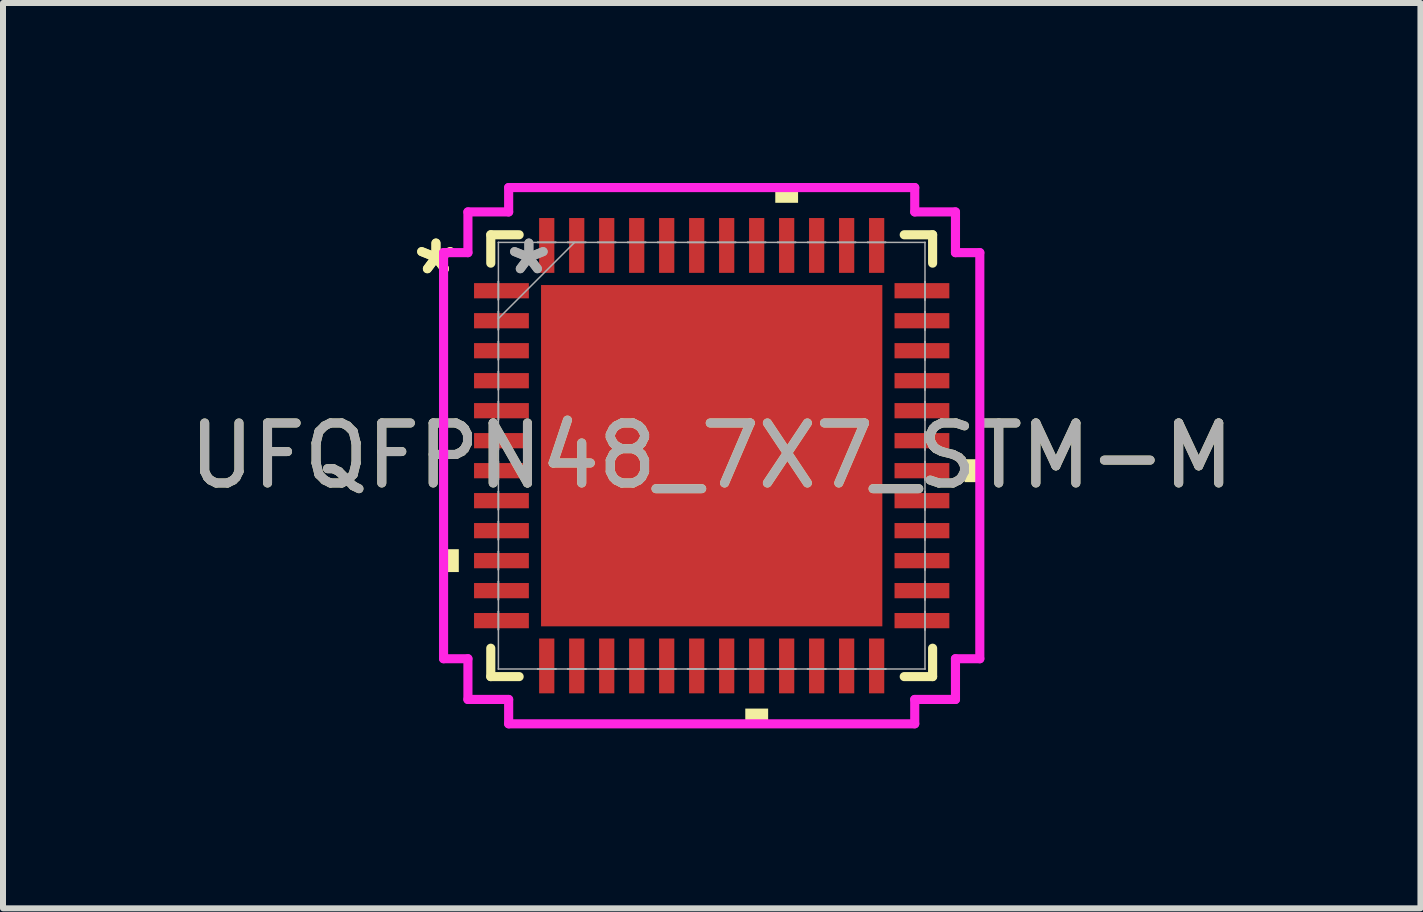
<source format=kicad_pcb>
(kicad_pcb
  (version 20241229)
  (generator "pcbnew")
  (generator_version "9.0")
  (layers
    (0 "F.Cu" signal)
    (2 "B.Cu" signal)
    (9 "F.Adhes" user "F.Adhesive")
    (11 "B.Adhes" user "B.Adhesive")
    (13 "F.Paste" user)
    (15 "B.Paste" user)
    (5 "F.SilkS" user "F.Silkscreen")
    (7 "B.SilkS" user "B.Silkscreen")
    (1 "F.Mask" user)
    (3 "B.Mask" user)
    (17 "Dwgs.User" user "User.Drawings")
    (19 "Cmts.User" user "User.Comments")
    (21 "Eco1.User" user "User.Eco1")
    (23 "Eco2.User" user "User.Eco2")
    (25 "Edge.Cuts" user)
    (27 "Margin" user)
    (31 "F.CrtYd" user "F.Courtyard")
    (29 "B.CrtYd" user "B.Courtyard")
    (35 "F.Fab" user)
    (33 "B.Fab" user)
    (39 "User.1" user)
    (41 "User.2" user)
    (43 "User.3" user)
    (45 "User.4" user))
  (footprint "UFQFPN48_7X7_STM-M"
    (layer "F.Cu")
    (at 8.815 4.547)
    (property "Reference" "UFQFPN48_7X7_STM-M" (at 0 0 0) (unlocked yes) (layer "F.SilkS") (effects (font (size 1 1) (thickness 0.15))))
    (attr smd)
    (fp_line (start -3.683 -3.683) (end -3.683 -3.21) (stroke (width 0.152) (type solid)) (layer "F.SilkS"))
    (fp_line (start -3.683 3.21) (end -3.683 3.683) (stroke (width 0.152) (type solid)) (layer "F.SilkS"))
    (fp_line (start -3.683 3.683) (end -3.21 3.683) (stroke (width 0.152) (type solid)) (layer "F.SilkS"))
    (fp_line (start -3.21 -3.683) (end -3.683 -3.683) (stroke (width 0.152) (type solid)) (layer "F.SilkS"))
    (fp_line (start 3.21 3.683) (end 3.683 3.683) (stroke (width 0.152) (type solid)) (layer "F.SilkS"))
    (fp_line (start 3.683 -3.683) (end 3.21 -3.683) (stroke (width 0.152) (type solid)) (layer "F.SilkS"))
    (fp_line (start 3.683 -3.21) (end 3.683 -3.683) (stroke (width 0.152) (type solid)) (layer "F.SilkS"))
    (fp_line (start 3.683 3.683) (end 3.683 3.21) (stroke (width 0.152) (type solid)) (layer "F.SilkS"))
    (fp_poly (pts (xy -4.47 1.559) (xy -4.47 1.94) (xy -4.216 1.94) (xy -4.216 1.559)) (stroke (width 0) (type solid)) (fill yes) (layer "F.SilkS"))
    (fp_poly (pts (xy 0.56 4.216) (xy 0.56 4.47) (xy 0.941 4.47) (xy 0.941 4.216)) (stroke (width 0) (type solid)) (fill yes) (layer "F.SilkS"))
    (fp_poly (pts (xy 1.06 -4.216) (xy 1.06 -4.47) (xy 1.44 -4.47) (xy 1.44 -4.216)) (stroke (width 0) (type solid)) (fill yes) (layer "F.SilkS"))
    (fp_poly (pts (xy 4.47 0.059) (xy 4.47 0.441) (xy 4.216 0.441) (xy 4.216 0.059)) (stroke (width 0) (type solid)) (fill yes) (layer "F.SilkS"))
    (fp_poly (pts (xy -2.745 -2.745) (xy -2.745 -1.522) (xy -1.522 -1.522) (xy -1.522 -2.745)) (stroke (width 0) (type solid)) (fill yes) (layer "F.Paste"))
    (fp_poly (pts (xy -2.745 -1.322) (xy -2.745 -0.1) (xy -1.522 -0.1) (xy -1.522 -1.322)) (stroke (width 0) (type solid)) (fill yes) (layer "F.Paste"))
    (fp_poly (pts (xy -2.745 0.1) (xy -2.745 1.322) (xy -1.522 1.322) (xy -1.522 0.1)) (stroke (width 0) (type solid)) (fill yes) (layer "F.Paste"))
    (fp_poly (pts (xy -2.745 1.522) (xy -2.745 2.745) (xy -1.522 2.745) (xy -1.522 1.522)) (stroke (width 0) (type solid)) (fill yes) (layer "F.Paste"))
    (fp_poly (pts (xy -1.322 -2.745) (xy -1.322 -1.522) (xy -0.1 -1.522) (xy -0.1 -2.745)) (stroke (width 0) (type solid)) (fill yes) (layer "F.Paste"))
    (fp_poly (pts (xy -1.322 -1.322) (xy -1.322 -0.1) (xy -0.1 -0.1) (xy -0.1 -1.322)) (stroke (width 0) (type solid)) (fill yes) (layer "F.Paste"))
    (fp_poly (pts (xy -1.322 0.1) (xy -1.322 1.322) (xy -0.1 1.322) (xy -0.1 0.1)) (stroke (width 0) (type solid)) (fill yes) (layer "F.Paste"))
    (fp_poly (pts (xy -1.322 1.522) (xy -1.322 2.745) (xy -0.1 2.745) (xy -0.1 1.522)) (stroke (width 0) (type solid)) (fill yes) (layer "F.Paste"))
    (fp_poly (pts (xy 0.1 -2.745) (xy 0.1 -1.522) (xy 1.322 -1.522) (xy 1.322 -2.745)) (stroke (width 0) (type solid)) (fill yes) (layer "F.Paste"))
    (fp_poly (pts (xy 0.1 -1.322) (xy 0.1 -0.1) (xy 1.322 -0.1) (xy 1.322 -1.322)) (stroke (width 0) (type solid)) (fill yes) (layer "F.Paste"))
    (fp_poly (pts (xy 0.1 0.1) (xy 0.1 1.322) (xy 1.322 1.322) (xy 1.322 0.1)) (stroke (width 0) (type solid)) (fill yes) (layer "F.Paste"))
    (fp_poly (pts (xy 0.1 1.522) (xy 0.1 2.745) (xy 1.322 2.745) (xy 1.322 1.522)) (stroke (width 0) (type solid)) (fill yes) (layer "F.Paste"))
    (fp_poly (pts (xy 1.522 -2.745) (xy 1.522 -1.522) (xy 2.745 -1.522) (xy 2.745 -2.745)) (stroke (width 0) (type solid)) (fill yes) (layer "F.Paste"))
    (fp_poly (pts (xy 1.522 -1.322) (xy 1.522 -0.1) (xy 2.745 -0.1) (xy 2.745 -1.322)) (stroke (width 0) (type solid)) (fill yes) (layer "F.Paste"))
    (fp_poly (pts (xy 1.522 0.1) (xy 1.522 1.322) (xy 2.745 1.322) (xy 2.745 0.1)) (stroke (width 0) (type solid)) (fill yes) (layer "F.Paste"))
    (fp_poly (pts (xy 1.522 1.522) (xy 1.522 2.745) (xy 2.745 2.745) (xy 2.745 1.522)) (stroke (width 0) (type solid)) (fill yes) (layer "F.Paste"))
    (fp_line (start -4.47 -3.385) (end -4.064 -3.385) (stroke (width 0.152) (type solid)) (layer "F.CrtYd"))
    (fp_line (start -4.47 3.385) (end -4.47 -3.385) (stroke (width 0.152) (type solid)) (layer "F.CrtYd"))
    (fp_line (start -4.064 -4.064) (end -3.385 -4.064) (stroke (width 0.152) (type solid)) (layer "F.CrtYd"))
    (fp_line (start -4.064 -3.385) (end -4.064 -4.064) (stroke (width 0.152) (type solid)) (layer "F.CrtYd"))
    (fp_line (start -4.064 3.385) (end -4.47 3.385) (stroke (width 0.152) (type solid)) (layer "F.CrtYd"))
    (fp_line (start -4.064 4.064) (end -4.064 3.385) (stroke (width 0.152) (type solid)) (layer "F.CrtYd"))
    (fp_line (start -3.385 -4.47) (end 3.385 -4.47) (stroke (width 0.152) (type solid)) (layer "F.CrtYd"))
    (fp_line (start -3.385 -4.064) (end -3.385 -4.47) (stroke (width 0.152) (type solid)) (layer "F.CrtYd"))
    (fp_line (start -3.385 4.064) (end -4.064 4.064) (stroke (width 0.152) (type solid)) (layer "F.CrtYd"))
    (fp_line (start -3.385 4.47) (end -3.385 4.064) (stroke (width 0.152) (type solid)) (layer "F.CrtYd"))
    (fp_line (start 3.385 -4.47) (end 3.385 -4.064) (stroke (width 0.152) (type solid)) (layer "F.CrtYd"))
    (fp_line (start 3.385 -4.064) (end 4.064 -4.064) (stroke (width 0.152) (type solid)) (layer "F.CrtYd"))
    (fp_line (start 3.385 4.064) (end 3.385 4.47) (stroke (width 0.152) (type solid)) (layer "F.CrtYd"))
    (fp_line (start 3.385 4.47) (end -3.385 4.47) (stroke (width 0.152) (type solid)) (layer "F.CrtYd"))
    (fp_line (start 4.064 -4.064) (end 4.064 -3.385) (stroke (width 0.152) (type solid)) (layer "F.CrtYd"))
    (fp_line (start 4.064 -3.385) (end 4.47 -3.385) (stroke (width 0.152) (type solid)) (layer "F.CrtYd"))
    (fp_line (start 4.064 3.385) (end 4.064 4.064) (stroke (width 0.152) (type solid)) (layer "F.CrtYd"))
    (fp_line (start 4.064 4.064) (end 3.385 4.064) (stroke (width 0.152) (type solid)) (layer "F.CrtYd"))
    (fp_line (start 4.47 -3.385) (end 4.47 3.385) (stroke (width 0.152) (type solid)) (layer "F.CrtYd"))
    (fp_line (start 4.47 3.385) (end 4.064 3.385) (stroke (width 0.152) (type solid)) (layer "F.CrtYd"))
    (fp_line (start -3.556 -3.556) (end -3.556 -3.556) (stroke (width 0.025) (type solid)) (layer "F.Fab"))
    (fp_line (start -3.556 -3.556) (end -3.556 3.556) (stroke (width 0.025) (type solid)) (layer "F.Fab"))
    (fp_line (start -3.556 -2.902) (end -3.556 -2.902) (stroke (width 0.025) (type solid)) (layer "F.Fab"))
    (fp_line (start -3.556 -2.902) (end -3.556 -2.598) (stroke (width 0.025) (type solid)) (layer "F.Fab"))
    (fp_line (start -3.556 -2.598) (end -3.556 -2.902) (stroke (width 0.025) (type solid)) (layer "F.Fab"))
    (fp_line (start -3.556 -2.598) (end -3.556 -2.598) (stroke (width 0.025) (type solid)) (layer "F.Fab"))
    (fp_line (start -3.556 -2.402) (end -3.556 -2.402) (stroke (width 0.025) (type solid)) (layer "F.Fab"))
    (fp_line (start -3.556 -2.402) (end -3.556 -2.098) (stroke (width 0.025) (type solid)) (layer "F.Fab"))
    (fp_line (start -3.556 -2.286) (end -2.286 -3.556) (stroke (width 0.025) (type solid)) (layer "F.Fab"))
    (fp_line (start -3.556 -2.098) (end -3.556 -2.402) (stroke (width 0.025) (type solid)) (layer "F.Fab"))
    (fp_line (start -3.556 -2.098) (end -3.556 -2.098) (stroke (width 0.025) (type solid)) (layer "F.Fab"))
    (fp_line (start -3.556 -1.902) (end -3.556 -1.902) (stroke (width 0.025) (type solid)) (layer "F.Fab"))
    (fp_line (start -3.556 -1.902) (end -3.556 -1.598) (stroke (width 0.025) (type solid)) (layer "F.Fab"))
    (fp_line (start -3.556 -1.598) (end -3.556 -1.902) (stroke (width 0.025) (type solid)) (layer "F.Fab"))
    (fp_line (start -3.556 -1.598) (end -3.556 -1.598) (stroke (width 0.025) (type solid)) (layer "F.Fab"))
    (fp_line (start -3.556 -1.402) (end -3.556 -1.402) (stroke (width 0.025) (type solid)) (layer "F.Fab"))
    (fp_line (start -3.556 -1.402) (end -3.556 -1.098) (stroke (width 0.025) (type solid)) (layer "F.Fab"))
    (fp_line (start -3.556 -1.098) (end -3.556 -1.402) (stroke (width 0.025) (type solid)) (layer "F.Fab"))
    (fp_line (start -3.556 -1.098) (end -3.556 -1.098) (stroke (width 0.025) (type solid)) (layer "F.Fab"))
    (fp_line (start -3.556 -0.902) (end -3.556 -0.902) (stroke (width 0.025) (type solid)) (layer "F.Fab"))
    (fp_line (start -3.556 -0.902) (end -3.556 -0.598) (stroke (width 0.025) (type solid)) (layer "F.Fab"))
    (fp_line (start -3.556 -0.598) (end -3.556 -0.902) (stroke (width 0.025) (type solid)) (layer "F.Fab"))
    (fp_line (start -3.556 -0.598) (end -3.556 -0.598) (stroke (width 0.025) (type solid)) (layer "F.Fab"))
    (fp_line (start -3.556 -0.402) (end -3.556 -0.402) (stroke (width 0.025) (type solid)) (layer "F.Fab"))
    (fp_line (start -3.556 -0.402) (end -3.556 -0.098) (stroke (width 0.025) (type solid)) (layer "F.Fab"))
    (fp_line (start -3.556 -0.098) (end -3.556 -0.402) (stroke (width 0.025) (type solid)) (layer "F.Fab"))
    (fp_line (start -3.556 -0.098) (end -3.556 -0.098) (stroke (width 0.025) (type solid)) (layer "F.Fab"))
    (fp_line (start -3.556 0.098) (end -3.556 0.098) (stroke (width 0.025) (type solid)) (layer "F.Fab"))
    (fp_line (start -3.556 0.098) (end -3.556 0.402) (stroke (width 0.025) (type solid)) (layer "F.Fab"))
    (fp_line (start -3.556 0.402) (end -3.556 0.098) (stroke (width 0.025) (type solid)) (layer "F.Fab"))
    (fp_line (start -3.556 0.402) (end -3.556 0.402) (stroke (width 0.025) (type solid)) (layer "F.Fab"))
    (fp_line (start -3.556 0.598) (end -3.556 0.598) (stroke (width 0.025) (type solid)) (layer "F.Fab"))
    (fp_line (start -3.556 0.598) (end -3.556 0.902) (stroke (width 0.025) (type solid)) (layer "F.Fab"))
    (fp_line (start -3.556 0.902) (end -3.556 0.598) (stroke (width 0.025) (type solid)) (layer "F.Fab"))
    (fp_line (start -3.556 0.902) (end -3.556 0.902) (stroke (width 0.025) (type solid)) (layer "F.Fab"))
    (fp_line (start -3.556 1.098) (end -3.556 1.098) (stroke (width 0.025) (type solid)) (layer "F.Fab"))
    (fp_line (start -3.556 1.098) (end -3.556 1.402) (stroke (width 0.025) (type solid)) (layer "F.Fab"))
    (fp_line (start -3.556 1.402) (end -3.556 1.098) (stroke (width 0.025) (type solid)) (layer "F.Fab"))
    (fp_line (start -3.556 1.402) (end -3.556 1.402) (stroke (width 0.025) (type solid)) (layer "F.Fab"))
    (fp_line (start -3.556 1.598) (end -3.556 1.598) (stroke (width 0.025) (type solid)) (layer "F.Fab"))
    (fp_line (start -3.556 1.598) (end -3.556 1.902) (stroke (width 0.025) (type solid)) (layer "F.Fab"))
    (fp_line (start -3.556 1.902) (end -3.556 1.598) (stroke (width 0.025) (type solid)) (layer "F.Fab"))
    (fp_line (start -3.556 1.902) (end -3.556 1.902) (stroke (width 0.025) (type solid)) (layer "F.Fab"))
    (fp_line (start -3.556 2.098) (end -3.556 2.098) (stroke (width 0.025) (type solid)) (layer "F.Fab"))
    (fp_line (start -3.556 2.098) (end -3.556 2.402) (stroke (width 0.025) (type solid)) (layer "F.Fab"))
    (fp_line (start -3.556 2.402) (end -3.556 2.098) (stroke (width 0.025) (type solid)) (layer "F.Fab"))
    (fp_line (start -3.556 2.402) (end -3.556 2.402) (stroke (width 0.025) (type solid)) (layer "F.Fab"))
    (fp_line (start -3.556 2.598) (end -3.556 2.598) (stroke (width 0.025) (type solid)) (layer "F.Fab"))
    (fp_line (start -3.556 2.598) (end -3.556 2.902) (stroke (width 0.025) (type solid)) (layer "F.Fab"))
    (fp_line (start -3.556 2.902) (end -3.556 2.598) (stroke (width 0.025) (type solid)) (layer "F.Fab"))
    (fp_line (start -3.556 2.902) (end -3.556 2.902) (stroke (width 0.025) (type solid)) (layer "F.Fab"))
    (fp_line (start -3.556 3.556) (end -3.556 3.556) (stroke (width 0.025) (type solid)) (layer "F.Fab"))
    (fp_line (start -3.556 3.556) (end 3.556 3.556) (stroke (width 0.025) (type solid)) (layer "F.Fab"))
    (fp_line (start -2.902 -3.556) (end -2.902 -3.556) (stroke (width 0.025) (type solid)) (layer "F.Fab"))
    (fp_line (start -2.902 -3.556) (end -2.598 -3.556) (stroke (width 0.025) (type solid)) (layer "F.Fab"))
    (fp_line (start -2.902 3.556) (end -2.902 3.556) (stroke (width 0.025) (type solid)) (layer "F.Fab"))
    (fp_line (start -2.902 3.556) (end -2.598 3.556) (stroke (width 0.025) (type solid)) (layer "F.Fab"))
    (fp_line (start -2.598 -3.556) (end -2.902 -3.556) (stroke (width 0.025) (type solid)) (layer "F.Fab"))
    (fp_line (start -2.598 -3.556) (end -2.598 -3.556) (stroke (width 0.025) (type solid)) (layer "F.Fab"))
    (fp_line (start -2.598 3.556) (end -2.902 3.556) (stroke (width 0.025) (type solid)) (layer "F.Fab"))
    (fp_line (start -2.598 3.556) (end -2.598 3.556) (stroke (width 0.025) (type solid)) (layer "F.Fab"))
    (fp_line (start -2.402 -3.556) (end -2.402 -3.556) (stroke (width 0.025) (type solid)) (layer "F.Fab"))
    (fp_line (start -2.402 -3.556) (end -2.098 -3.556) (stroke (width 0.025) (type solid)) (layer "F.Fab"))
    (fp_line (start -2.402 3.556) (end -2.402 3.556) (stroke (width 0.025) (type solid)) (layer "F.Fab"))
    (fp_line (start -2.402 3.556) (end -2.098 3.556) (stroke (width 0.025) (type solid)) (layer "F.Fab"))
    (fp_line (start -2.098 -3.556) (end -2.402 -3.556) (stroke (width 0.025) (type solid)) (layer "F.Fab"))
    (fp_line (start -2.098 -3.556) (end -2.098 -3.556) (stroke (width 0.025) (type solid)) (layer "F.Fab"))
    (fp_line (start -2.098 3.556) (end -2.402 3.556) (stroke (width 0.025) (type solid)) (layer "F.Fab"))
    (fp_line (start -2.098 3.556) (end -2.098 3.556) (stroke (width 0.025) (type solid)) (layer "F.Fab"))
    (fp_line (start -1.902 -3.556) (end -1.902 -3.556) (stroke (width 0.025) (type solid)) (layer "F.Fab"))
    (fp_line (start -1.902 -3.556) (end -1.598 -3.556) (stroke (width 0.025) (type solid)) (layer "F.Fab"))
    (fp_line (start -1.902 3.556) (end -1.902 3.556) (stroke (width 0.025) (type solid)) (layer "F.Fab"))
    (fp_line (start -1.902 3.556) (end -1.598 3.556) (stroke (width 0.025) (type solid)) (layer "F.Fab"))
    (fp_line (start -1.598 -3.556) (end -1.902 -3.556) (stroke (width 0.025) (type solid)) (layer "F.Fab"))
    (fp_line (start -1.598 -3.556) (end -1.598 -3.556) (stroke (width 0.025) (type solid)) (layer "F.Fab"))
    (fp_line (start -1.598 3.556) (end -1.902 3.556) (stroke (width 0.025) (type solid)) (layer "F.Fab"))
    (fp_line (start -1.598 3.556) (end -1.598 3.556) (stroke (width 0.025) (type solid)) (layer "F.Fab"))
    (fp_line (start -1.402 -3.556) (end -1.402 -3.556) (stroke (width 0.025) (type solid)) (layer "F.Fab"))
    (fp_line (start -1.402 -3.556) (end -1.098 -3.556) (stroke (width 0.025) (type solid)) (layer "F.Fab"))
    (fp_line (start -1.402 3.556) (end -1.402 3.556) (stroke (width 0.025) (type solid)) (layer "F.Fab"))
    (fp_line (start -1.402 3.556) (end -1.098 3.556) (stroke (width 0.025) (type solid)) (layer "F.Fab"))
    (fp_line (start -1.098 -3.556) (end -1.402 -3.556) (stroke (width 0.025) (type solid)) (layer "F.Fab"))
    (fp_line (start -1.098 -3.556) (end -1.098 -3.556) (stroke (width 0.025) (type solid)) (layer "F.Fab"))
    (fp_line (start -1.098 3.556) (end -1.402 3.556) (stroke (width 0.025) (type solid)) (layer "F.Fab"))
    (fp_line (start -1.098 3.556) (end -1.098 3.556) (stroke (width 0.025) (type solid)) (layer "F.Fab"))
    (fp_line (start -0.902 -3.556) (end -0.902 -3.556) (stroke (width 0.025) (type solid)) (layer "F.Fab"))
    (fp_line (start -0.902 -3.556) (end -0.598 -3.556) (stroke (width 0.025) (type solid)) (layer "F.Fab"))
    (fp_line (start -0.902 3.556) (end -0.902 3.556) (stroke (width 0.025) (type solid)) (layer "F.Fab"))
    (fp_line (start -0.902 3.556) (end -0.598 3.556) (stroke (width 0.025) (type solid)) (layer "F.Fab"))
    (fp_line (start -0.598 -3.556) (end -0.902 -3.556) (stroke (width 0.025) (type solid)) (layer "F.Fab"))
    (fp_line (start -0.598 -3.556) (end -0.598 -3.556) (stroke (width 0.025) (type solid)) (layer "F.Fab"))
    (fp_line (start -0.598 3.556) (end -0.902 3.556) (stroke (width 0.025) (type solid)) (layer "F.Fab"))
    (fp_line (start -0.598 3.556) (end -0.598 3.556) (stroke (width 0.025) (type solid)) (layer "F.Fab"))
    (fp_line (start -0.402 -3.556) (end -0.402 -3.556) (stroke (width 0.025) (type solid)) (layer "F.Fab"))
    (fp_line (start -0.402 -3.556) (end -0.098 -3.556) (stroke (width 0.025) (type solid)) (layer "F.Fab"))
    (fp_line (start -0.402 3.556) (end -0.402 3.556) (stroke (width 0.025) (type solid)) (layer "F.Fab"))
    (fp_line (start -0.402 3.556) (end -0.098 3.556) (stroke (width 0.025) (type solid)) (layer "F.Fab"))
    (fp_line (start -0.098 -3.556) (end -0.402 -3.556) (stroke (width 0.025) (type solid)) (layer "F.Fab"))
    (fp_line (start -0.098 -3.556) (end -0.098 -3.556) (stroke (width 0.025) (type solid)) (layer "F.Fab"))
    (fp_line (start -0.098 3.556) (end -0.402 3.556) (stroke (width 0.025) (type solid)) (layer "F.Fab"))
    (fp_line (start -0.098 3.556) (end -0.098 3.556) (stroke (width 0.025) (type solid)) (layer "F.Fab"))
    (fp_line (start 0.098 -3.556) (end 0.098 -3.556) (stroke (width 0.025) (type solid)) (layer "F.Fab"))
    (fp_line (start 0.098 -3.556) (end 0.402 -3.556) (stroke (width 0.025) (type solid)) (layer "F.Fab"))
    (fp_line (start 0.098 3.556) (end 0.098 3.556) (stroke (width 0.025) (type solid)) (layer "F.Fab"))
    (fp_line (start 0.098 3.556) (end 0.402 3.556) (stroke (width 0.025) (type solid)) (layer "F.Fab"))
    (fp_line (start 0.402 -3.556) (end 0.098 -3.556) (stroke (width 0.025) (type solid)) (layer "F.Fab"))
    (fp_line (start 0.402 -3.556) (end 0.402 -3.556) (stroke (width 0.025) (type solid)) (layer "F.Fab"))
    (fp_line (start 0.402 3.556) (end 0.098 3.556) (stroke (width 0.025) (type solid)) (layer "F.Fab"))
    (fp_line (start 0.402 3.556) (end 0.402 3.556) (stroke (width 0.025) (type solid)) (layer "F.Fab"))
    (fp_line (start 0.598 -3.556) (end 0.598 -3.556) (stroke (width 0.025) (type solid)) (layer "F.Fab"))
    (fp_line (start 0.598 -3.556) (end 0.902 -3.556) (stroke (width 0.025) (type solid)) (layer "F.Fab"))
    (fp_line (start 0.598 3.556) (end 0.598 3.556) (stroke (width 0.025) (type solid)) (layer "F.Fab"))
    (fp_line (start 0.598 3.556) (end 0.902 3.556) (stroke (width 0.025) (type solid)) (layer "F.Fab"))
    (fp_line (start 0.902 -3.556) (end 0.598 -3.556) (stroke (width 0.025) (type solid)) (layer "F.Fab"))
    (fp_line (start 0.902 -3.556) (end 0.902 -3.556) (stroke (width 0.025) (type solid)) (layer "F.Fab"))
    (fp_line (start 0.902 3.556) (end 0.598 3.556) (stroke (width 0.025) (type solid)) (layer "F.Fab"))
    (fp_line (start 0.902 3.556) (end 0.902 3.556) (stroke (width 0.025) (type solid)) (layer "F.Fab"))
    (fp_line (start 1.098 -3.556) (end 1.098 -3.556) (stroke (width 0.025) (type solid)) (layer "F.Fab"))
    (fp_line (start 1.098 -3.556) (end 1.402 -3.556) (stroke (width 0.025) (type solid)) (layer "F.Fab"))
    (fp_line (start 1.098 3.556) (end 1.098 3.556) (stroke (width 0.025) (type solid)) (layer "F.Fab"))
    (fp_line (start 1.098 3.556) (end 1.402 3.556) (stroke (width 0.025) (type solid)) (layer "F.Fab"))
    (fp_line (start 1.402 -3.556) (end 1.098 -3.556) (stroke (width 0.025) (type solid)) (layer "F.Fab"))
    (fp_line (start 1.402 -3.556) (end 1.402 -3.556) (stroke (width 0.025) (type solid)) (layer "F.Fab"))
    (fp_line (start 1.402 3.556) (end 1.098 3.556) (stroke (width 0.025) (type solid)) (layer "F.Fab"))
    (fp_line (start 1.402 3.556) (end 1.402 3.556) (stroke (width 0.025) (type solid)) (layer "F.Fab"))
    (fp_line (start 1.598 -3.556) (end 1.598 -3.556) (stroke (width 0.025) (type solid)) (layer "F.Fab"))
    (fp_line (start 1.598 -3.556) (end 1.902 -3.556) (stroke (width 0.025) (type solid)) (layer "F.Fab"))
    (fp_line (start 1.598 3.556) (end 1.598 3.556) (stroke (width 0.025) (type solid)) (layer "F.Fab"))
    (fp_line (start 1.598 3.556) (end 1.902 3.556) (stroke (width 0.025) (type solid)) (layer "F.Fab"))
    (fp_line (start 1.902 -3.556) (end 1.598 -3.556) (stroke (width 0.025) (type solid)) (layer "F.Fab"))
    (fp_line (start 1.902 -3.556) (end 1.902 -3.556) (stroke (width 0.025) (type solid)) (layer "F.Fab"))
    (fp_line (start 1.902 3.556) (end 1.598 3.556) (stroke (width 0.025) (type solid)) (layer "F.Fab"))
    (fp_line (start 1.902 3.556) (end 1.902 3.556) (stroke (width 0.025) (type solid)) (layer "F.Fab"))
    (fp_line (start 2.098 -3.556) (end 2.098 -3.556) (stroke (width 0.025) (type solid)) (layer "F.Fab"))
    (fp_line (start 2.098 -3.556) (end 2.402 -3.556) (stroke (width 0.025) (type solid)) (layer "F.Fab"))
    (fp_line (start 2.098 3.556) (end 2.098 3.556) (stroke (width 0.025) (type solid)) (layer "F.Fab"))
    (fp_line (start 2.098 3.556) (end 2.402 3.556) (stroke (width 0.025) (type solid)) (layer "F.Fab"))
    (fp_line (start 2.402 -3.556) (end 2.098 -3.556) (stroke (width 0.025) (type solid)) (layer "F.Fab"))
    (fp_line (start 2.402 -3.556) (end 2.402 -3.556) (stroke (width 0.025) (type solid)) (layer "F.Fab"))
    (fp_line (start 2.402 3.556) (end 2.098 3.556) (stroke (width 0.025) (type solid)) (layer "F.Fab"))
    (fp_line (start 2.402 3.556) (end 2.402 3.556) (stroke (width 0.025) (type solid)) (layer "F.Fab"))
    (fp_line (start 2.598 -3.556) (end 2.598 -3.556) (stroke (width 0.025) (type solid)) (layer "F.Fab"))
    (fp_line (start 2.598 -3.556) (end 2.902 -3.556) (stroke (width 0.025) (type solid)) (layer "F.Fab"))
    (fp_line (start 2.598 3.556) (end 2.598 3.556) (stroke (width 0.025) (type solid)) (layer "F.Fab"))
    (fp_line (start 2.598 3.556) (end 2.902 3.556) (stroke (width 0.025) (type solid)) (layer "F.Fab"))
    (fp_line (start 2.902 -3.556) (end 2.598 -3.556) (stroke (width 0.025) (type solid)) (layer "F.Fab"))
    (fp_line (start 2.902 -3.556) (end 2.902 -3.556) (stroke (width 0.025) (type solid)) (layer "F.Fab"))
    (fp_line (start 2.902 3.556) (end 2.598 3.556) (stroke (width 0.025) (type solid)) (layer "F.Fab"))
    (fp_line (start 2.902 3.556) (end 2.902 3.556) (stroke (width 0.025) (type solid)) (layer "F.Fab"))
    (fp_line (start 3.556 -3.556) (end -3.556 -3.556) (stroke (width 0.025) (type solid)) (layer "F.Fab"))
    (fp_line (start 3.556 -3.556) (end 3.556 -3.556) (stroke (width 0.025) (type solid)) (layer "F.Fab"))
    (fp_line (start 3.556 -2.902) (end 3.556 -2.902) (stroke (width 0.025) (type solid)) (layer "F.Fab"))
    (fp_line (start 3.556 -2.902) (end 3.556 -2.598) (stroke (width 0.025) (type solid)) (layer "F.Fab"))
    (fp_line (start 3.556 -2.598) (end 3.556 -2.902) (stroke (width 0.025) (type solid)) (layer "F.Fab"))
    (fp_line (start 3.556 -2.598) (end 3.556 -2.598) (stroke (width 0.025) (type solid)) (layer "F.Fab"))
    (fp_line (start 3.556 -2.402) (end 3.556 -2.402) (stroke (width 0.025) (type solid)) (layer "F.Fab"))
    (fp_line (start 3.556 -2.402) (end 3.556 -2.098) (stroke (width 0.025) (type solid)) (layer "F.Fab"))
    (fp_line (start 3.556 -2.098) (end 3.556 -2.402) (stroke (width 0.025) (type solid)) (layer "F.Fab"))
    (fp_line (start 3.556 -2.098) (end 3.556 -2.098) (stroke (width 0.025) (type solid)) (layer "F.Fab"))
    (fp_line (start 3.556 -1.902) (end 3.556 -1.902) (stroke (width 0.025) (type solid)) (layer "F.Fab"))
    (fp_line (start 3.556 -1.902) (end 3.556 -1.598) (stroke (width 0.025) (type solid)) (layer "F.Fab"))
    (fp_line (start 3.556 -1.598) (end 3.556 -1.902) (stroke (width 0.025) (type solid)) (layer "F.Fab"))
    (fp_line (start 3.556 -1.598) (end 3.556 -1.598) (stroke (width 0.025) (type solid)) (layer "F.Fab"))
    (fp_line (start 3.556 -1.402) (end 3.556 -1.402) (stroke (width 0.025) (type solid)) (layer "F.Fab"))
    (fp_line (start 3.556 -1.402) (end 3.556 -1.098) (stroke (width 0.025) (type solid)) (layer "F.Fab"))
    (fp_line (start 3.556 -1.098) (end 3.556 -1.402) (stroke (width 0.025) (type solid)) (layer "F.Fab"))
    (fp_line (start 3.556 -1.098) (end 3.556 -1.098) (stroke (width 0.025) (type solid)) (layer "F.Fab"))
    (fp_line (start 3.556 -0.902) (end 3.556 -0.902) (stroke (width 0.025) (type solid)) (layer "F.Fab"))
    (fp_line (start 3.556 -0.902) (end 3.556 -0.598) (stroke (width 0.025) (type solid)) (layer "F.Fab"))
    (fp_line (start 3.556 -0.598) (end 3.556 -0.902) (stroke (width 0.025) (type solid)) (layer "F.Fab"))
    (fp_line (start 3.556 -0.598) (end 3.556 -0.598) (stroke (width 0.025) (type solid)) (layer "F.Fab"))
    (fp_line (start 3.556 -0.402) (end 3.556 -0.402) (stroke (width 0.025) (type solid)) (layer "F.Fab"))
    (fp_line (start 3.556 -0.402) (end 3.556 -0.098) (stroke (width 0.025) (type solid)) (layer "F.Fab"))
    (fp_line (start 3.556 -0.098) (end 3.556 -0.402) (stroke (width 0.025) (type solid)) (layer "F.Fab"))
    (fp_line (start 3.556 -0.098) (end 3.556 -0.098) (stroke (width 0.025) (type solid)) (layer "F.Fab"))
    (fp_line (start 3.556 0.098) (end 3.556 0.098) (stroke (width 0.025) (type solid)) (layer "F.Fab"))
    (fp_line (start 3.556 0.098) (end 3.556 0.402) (stroke (width 0.025) (type solid)) (layer "F.Fab"))
    (fp_line (start 3.556 0.402) (end 3.556 0.098) (stroke (width 0.025) (type solid)) (layer "F.Fab"))
    (fp_line (start 3.556 0.402) (end 3.556 0.402) (stroke (width 0.025) (type solid)) (layer "F.Fab"))
    (fp_line (start 3.556 0.598) (end 3.556 0.598) (stroke (width 0.025) (type solid)) (layer "F.Fab"))
    (fp_line (start 3.556 0.598) (end 3.556 0.902) (stroke (width 0.025) (type solid)) (layer "F.Fab"))
    (fp_line (start 3.556 0.902) (end 3.556 0.598) (stroke (width 0.025) (type solid)) (layer "F.Fab"))
    (fp_line (start 3.556 0.902) (end 3.556 0.902) (stroke (width 0.025) (type solid)) (layer "F.Fab"))
    (fp_line (start 3.556 1.098) (end 3.556 1.098) (stroke (width 0.025) (type solid)) (layer "F.Fab"))
    (fp_line (start 3.556 1.098) (end 3.556 1.402) (stroke (width 0.025) (type solid)) (layer "F.Fab"))
    (fp_line (start 3.556 1.402) (end 3.556 1.098) (stroke (width 0.025) (type solid)) (layer "F.Fab"))
    (fp_line (start 3.556 1.402) (end 3.556 1.402) (stroke (width 0.025) (type solid)) (layer "F.Fab"))
    (fp_line (start 3.556 1.598) (end 3.556 1.598) (stroke (width 0.025) (type solid)) (layer "F.Fab"))
    (fp_line (start 3.556 1.598) (end 3.556 1.902) (stroke (width 0.025) (type solid)) (layer "F.Fab"))
    (fp_line (start 3.556 1.902) (end 3.556 1.598) (stroke (width 0.025) (type solid)) (layer "F.Fab"))
    (fp_line (start 3.556 1.902) (end 3.556 1.902) (stroke (width 0.025) (type solid)) (layer "F.Fab"))
    (fp_line (start 3.556 2.098) (end 3.556 2.098) (stroke (width 0.025) (type solid)) (layer "F.Fab"))
    (fp_line (start 3.556 2.098) (end 3.556 2.402) (stroke (width 0.025) (type solid)) (layer "F.Fab"))
    (fp_line (start 3.556 2.402) (end 3.556 2.098) (stroke (width 0.025) (type solid)) (layer "F.Fab"))
    (fp_line (start 3.556 2.402) (end 3.556 2.402) (stroke (width 0.025) (type solid)) (layer "F.Fab"))
    (fp_line (start 3.556 2.598) (end 3.556 2.598) (stroke (width 0.025) (type solid)) (layer "F.Fab"))
    (fp_line (start 3.556 2.598) (end 3.556 2.902) (stroke (width 0.025) (type solid)) (layer "F.Fab"))
    (fp_line (start 3.556 2.902) (end 3.556 2.598) (stroke (width 0.025) (type solid)) (layer "F.Fab"))
    (fp_line (start 3.556 2.902) (end 3.556 2.902) (stroke (width 0.025) (type solid)) (layer "F.Fab"))
    (fp_line (start 3.556 3.556) (end 3.556 -3.556) (stroke (width 0.025) (type solid)) (layer "F.Fab"))
    (fp_line (start 3.556 3.556) (end 3.556 3.556) (stroke (width 0.025) (type solid)) (layer "F.Fab"))
    (fp_text user "*" (at -4.597 -3 0) (unlocked yes) (layer "F.SilkS") (effects (font (size 1 1) (thickness 0.15))))
    (fp_text user "*" (at -4.597 -3 0) (layer "F.SilkS") (effects (font (size 1 1) (thickness 0.15))))
    (fp_text user "*" (at -3.048 -3 0) (layer "F.Fab") (effects (font (size 1 1) (thickness 0.15))))
    (fp_text user "*" (at -3.048 -3 0) (unlocked yes) (layer "F.Fab") (effects (font (size 1 1) (thickness 0.15))))
    (fp_text user "${REFERENCE}" (at 0 0 0) (unlocked yes) (layer "F.Fab") (effects (font (size 1 1) (thickness 0.15))))
    (pad "1" smd rect (at -3.505 -2.75 90) (size 0.254 0.914) (layers "F.Cu" "F.Mask" "F.Paste"))
    (pad "2" smd rect (at -3.505 -2.25 90) (size 0.254 0.914) (layers "F.Cu" "F.Mask" "F.Paste"))
    (pad "3" smd rect (at -3.505 -1.75 90) (size 0.254 0.914) (layers "F.Cu" "F.Mask" "F.Paste"))
    (pad "4" smd rect (at -3.505 -1.25 90) (size 0.254 0.914) (layers "F.Cu" "F.Mask" "F.Paste"))
    (pad "5" smd rect (at -3.505 -0.75 90) (size 0.254 0.914) (layers "F.Cu" "F.Mask" "F.Paste"))
    (pad "6" smd rect (at -3.505 -0.25 90) (size 0.254 0.914) (layers "F.Cu" "F.Mask" "F.Paste"))
    (pad "7" smd rect (at -3.505 0.25 90) (size 0.254 0.914) (layers "F.Cu" "F.Mask" "F.Paste"))
    (pad "8" smd rect (at -3.505 0.75 90) (size 0.254 0.914) (layers "F.Cu" "F.Mask" "F.Paste"))
    (pad "9" smd rect (at -3.505 1.25 90) (size 0.254 0.914) (layers "F.Cu" "F.Mask" "F.Paste"))
    (pad "10" smd rect (at -3.505 1.75 90) (size 0.254 0.914) (layers "F.Cu" "F.Mask" "F.Paste"))
    (pad "11" smd rect (at -3.505 2.25 90) (size 0.254 0.914) (layers "F.Cu" "F.Mask" "F.Paste"))
    (pad "12" smd rect (at -3.505 2.75 90) (size 0.254 0.914) (layers "F.Cu" "F.Mask" "F.Paste"))
    (pad "13" smd rect (at -2.75 3.505) (size 0.254 0.914) (layers "F.Cu" "F.Mask" "F.Paste"))
    (pad "14" smd rect (at -2.25 3.505) (size 0.254 0.914) (layers "F.Cu" "F.Mask" "F.Paste"))
    (pad "15" smd rect (at -1.75 3.505) (size 0.254 0.914) (layers "F.Cu" "F.Mask" "F.Paste"))
    (pad "16" smd rect (at -1.25 3.505) (size 0.254 0.914) (layers "F.Cu" "F.Mask" "F.Paste"))
    (pad "17" smd rect (at -0.75 3.505) (size 0.254 0.914) (layers "F.Cu" "F.Mask" "F.Paste"))
    (pad "18" smd rect (at -0.25 3.505) (size 0.254 0.914) (layers "F.Cu" "F.Mask" "F.Paste"))
    (pad "19" smd rect (at 0.25 3.505) (size 0.254 0.914) (layers "F.Cu" "F.Mask" "F.Paste"))
    (pad "20" smd rect (at 0.75 3.505) (size 0.254 0.914) (layers "F.Cu" "F.Mask" "F.Paste"))
    (pad "21" smd rect (at 1.25 3.505) (size 0.254 0.914) (layers "F.Cu" "F.Mask" "F.Paste"))
    (pad "22" smd rect (at 1.75 3.505) (size 0.254 0.914) (layers "F.Cu" "F.Mask" "F.Paste"))
    (pad "23" smd rect (at 2.25 3.505) (size 0.254 0.914) (layers "F.Cu" "F.Mask" "F.Paste"))
    (pad "24" smd rect (at 2.75 3.505) (size 0.254 0.914) (layers "F.Cu" "F.Mask" "F.Paste"))
    (pad "25" smd rect (at 3.505 2.75 90) (size 0.254 0.914) (layers "F.Cu" "F.Mask" "F.Paste"))
    (pad "26" smd rect (at 3.505 2.25 90) (size 0.254 0.914) (layers "F.Cu" "F.Mask" "F.Paste"))
    (pad "27" smd rect (at 3.505 1.75 90) (size 0.254 0.914) (layers "F.Cu" "F.Mask" "F.Paste"))
    (pad "28" smd rect (at 3.505 1.25 90) (size 0.254 0.914) (layers "F.Cu" "F.Mask" "F.Paste"))
    (pad "29" smd rect (at 3.505 0.75 90) (size 0.254 0.914) (layers "F.Cu" "F.Mask" "F.Paste"))
    (pad "30" smd rect (at 3.505 0.25 90) (size 0.254 0.914) (layers "F.Cu" "F.Mask" "F.Paste"))
    (pad "31" smd rect (at 3.505 -0.25 90) (size 0.254 0.914) (layers "F.Cu" "F.Mask" "F.Paste"))
    (pad "32" smd rect (at 3.505 -0.75 90) (size 0.254 0.914) (layers "F.Cu" "F.Mask" "F.Paste"))
    (pad "33" smd rect (at 3.505 -1.25 90) (size 0.254 0.914) (layers "F.Cu" "F.Mask" "F.Paste"))
    (pad "34" smd rect (at 3.505 -1.75 90) (size 0.254 0.914) (layers "F.Cu" "F.Mask" "F.Paste"))
    (pad "35" smd rect (at 3.505 -2.25 90) (size 0.254 0.914) (layers "F.Cu" "F.Mask" "F.Paste"))
    (pad "36" smd rect (at 3.505 -2.75 90) (size 0.254 0.914) (layers "F.Cu" "F.Mask" "F.Paste"))
    (pad "37" smd rect (at 2.75 -3.505) (size 0.254 0.914) (layers "F.Cu" "F.Mask" "F.Paste"))
    (pad "38" smd rect (at 2.25 -3.505) (size 0.254 0.914) (layers "F.Cu" "F.Mask" "F.Paste"))
    (pad "39" smd rect (at 1.75 -3.505) (size 0.254 0.914) (layers "F.Cu" "F.Mask" "F.Paste"))
    (pad "40" smd rect (at 1.25 -3.505) (size 0.254 0.914) (layers "F.Cu" "F.Mask" "F.Paste"))
    (pad "41" smd rect (at 0.75 -3.505) (size 0.254 0.914) (layers "F.Cu" "F.Mask" "F.Paste"))
    (pad "42" smd rect (at 0.25 -3.505) (size 0.254 0.914) (layers "F.Cu" "F.Mask" "F.Paste"))
    (pad "43" smd rect (at -0.25 -3.505) (size 0.254 0.914) (layers "F.Cu" "F.Mask" "F.Paste"))
    (pad "44" smd rect (at -0.75 -3.505) (size 0.254 0.914) (layers "F.Cu" "F.Mask" "F.Paste"))
    (pad "45" smd rect (at -1.25 -3.505) (size 0.254 0.914) (layers "F.Cu" "F.Mask" "F.Paste"))
    (pad "46" smd rect (at -1.75 -3.505) (size 0.254 0.914) (layers "F.Cu" "F.Mask" "F.Paste"))
    (pad "47" smd rect (at -2.25 -3.505) (size 0.254 0.914) (layers "F.Cu" "F.Mask" "F.Paste"))
    (pad "48" smd rect (at -2.75 -3.505) (size 0.254 0.914) (layers "F.Cu" "F.Mask" "F.Paste"))
    (pad "49" smd rect (at 0 0) (size 5.69 5.69) (layers "F.Cu" "F.Mask" "F.Paste")))
  (gr_rect
    (start -3 -3)
    (end 20.631 12.093)
    (stroke (width 0.1) (type default))
    (fill no)
    (layer "Edge.Cuts")))
</source>
